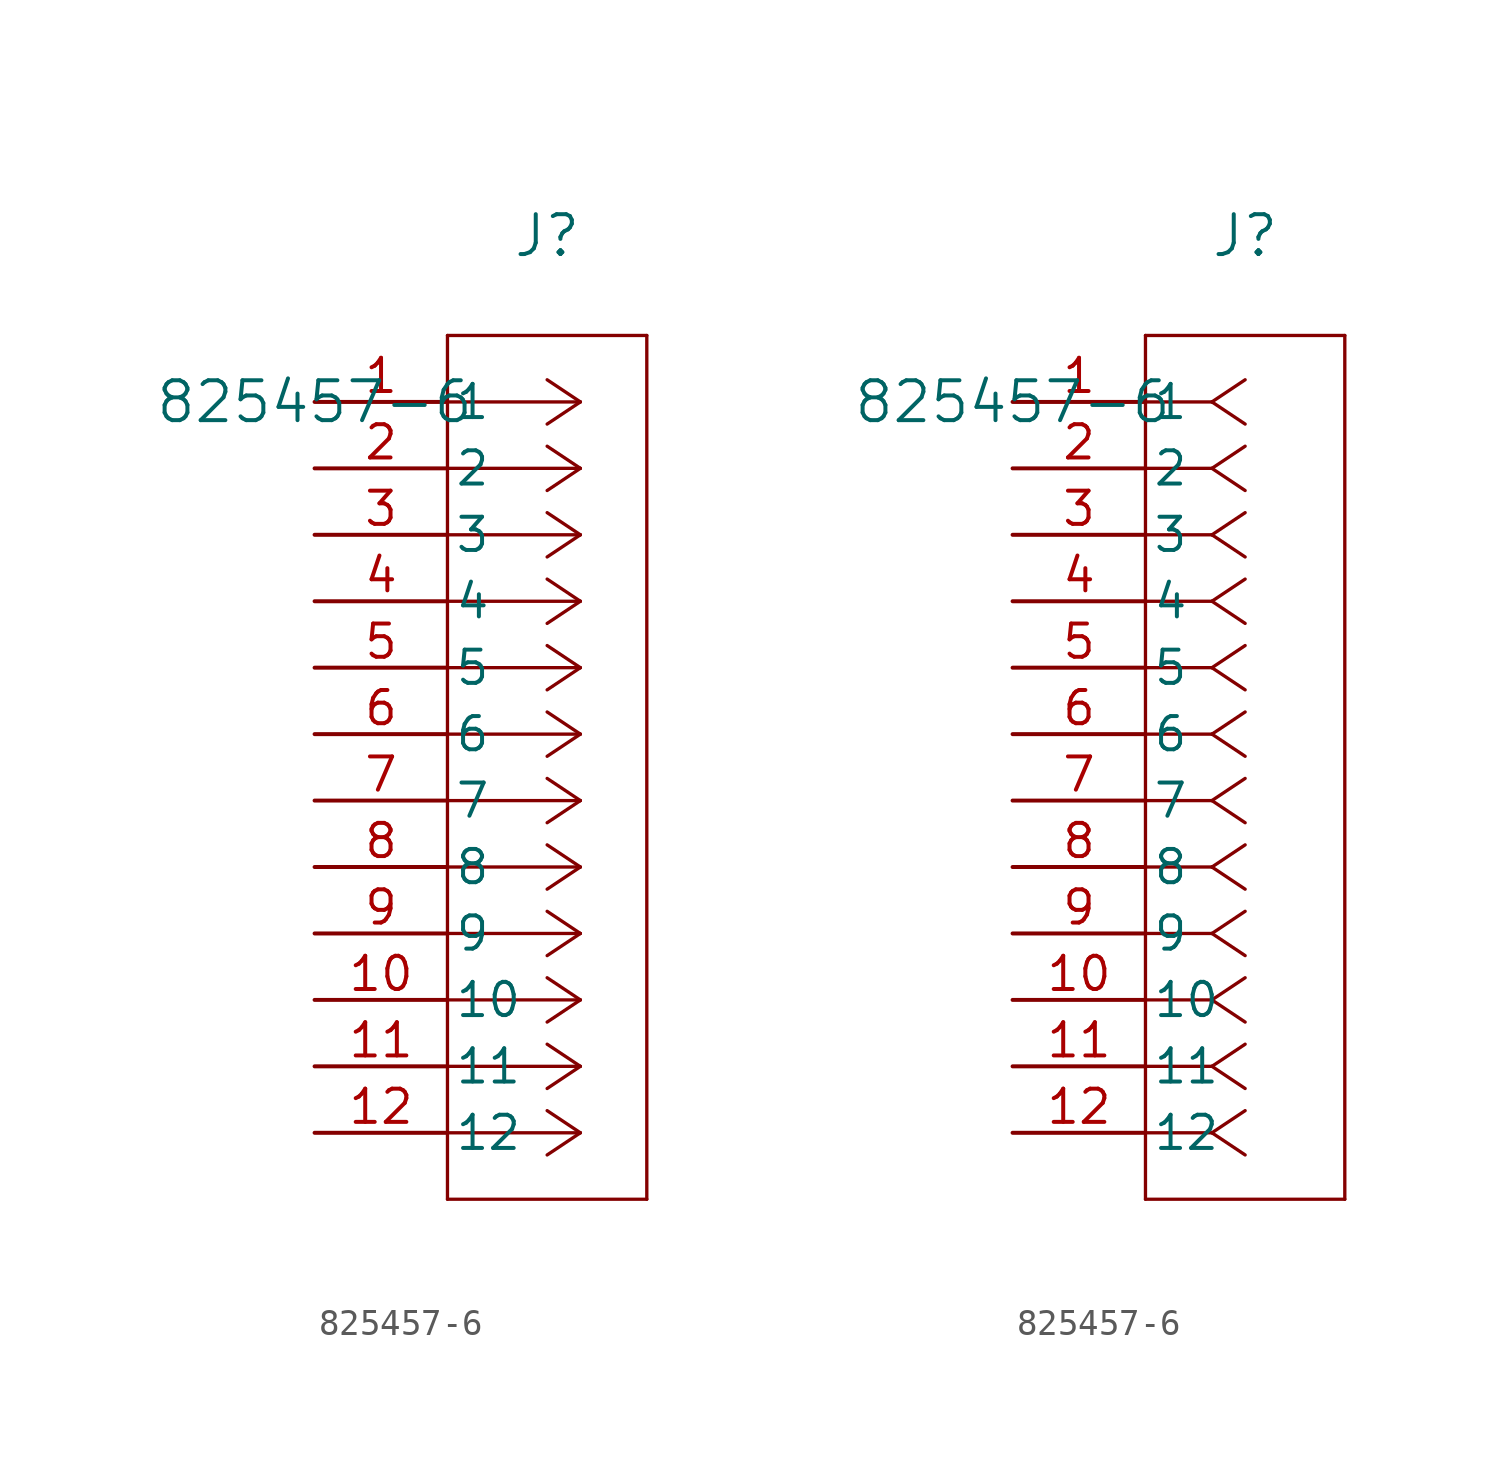
<source format=kicad_sym>
(kicad_symbol_lib
  (version 20211014)
  (generator kicad_symbol_editor)
  (symbol "825457-6"
    (pin_names
      (offset 0.254))
    (property "Reference" "J"
      (at 8.89 6.35 0)
      (effects (font (size 1.524 1.524))))
    (property "Value" "825457-6"
      (at 0 0 0)
      (effects (font (size 1.524 1.524))))
    (symbol "825457-6_1_1"
      (polyline (pts (xy 10.16 0) (xy 5.08 0)) (stroke (width 0.127) (type default) (color 0 0 0 0)) (fill (type none)))
      (polyline (pts (xy 10.16 -2.54) (xy 5.08 -2.54)) (stroke (width 0.127) (type default) (color 0 0 0 0)) (fill (type none)))
      (polyline (pts (xy 10.16 -5.08) (xy 5.08 -5.08)) (stroke (width 0.127) (type default) (color 0 0 0 0)) (fill (type none)))
      (polyline (pts (xy 10.16 -7.62) (xy 5.08 -7.62)) (stroke (width 0.127) (type default) (color 0 0 0 0)) (fill (type none)))
      (polyline (pts (xy 10.16 -10.16) (xy 5.08 -10.16)) (stroke (width 0.127) (type default) (color 0 0 0 0)) (fill (type none)))
      (polyline (pts (xy 10.16 -12.7) (xy 5.08 -12.7)) (stroke (width 0.127) (type default) (color 0 0 0 0)) (fill (type none)))
      (polyline (pts (xy 10.16 -15.24) (xy 5.08 -15.24)) (stroke (width 0.127) (type default) (color 0 0 0 0)) (fill (type none)))
      (polyline (pts (xy 10.16 -17.78) (xy 5.08 -17.78)) (stroke (width 0.127) (type default) (color 0 0 0 0)) (fill (type none)))
      (polyline (pts (xy 10.16 -20.32) (xy 5.08 -20.32)) (stroke (width 0.127) (type default) (color 0 0 0 0)) (fill (type none)))
      (polyline (pts (xy 10.16 -22.86) (xy 5.08 -22.86)) (stroke (width 0.127) (type default) (color 0 0 0 0)) (fill (type none)))
      (polyline (pts (xy 10.16 -25.4) (xy 5.08 -25.4)) (stroke (width 0.127) (type default) (color 0 0 0 0)) (fill (type none)))
      (polyline (pts (xy 10.16 -27.94) (xy 5.08 -27.94)) (stroke (width 0.127) (type default) (color 0 0 0 0)) (fill (type none)))
      (polyline (pts (xy 10.16 0) (xy 8.89 0.847)) (stroke (width 0.127) (type default) (color 0 0 0 0)) (fill (type none)))
      (polyline (pts (xy 10.16 -2.54) (xy 8.89 -1.693)) (stroke (width 0.127) (type default) (color 0 0 0 0)) (fill (type none)))
      (polyline (pts (xy 10.16 -5.08) (xy 8.89 -4.233)) (stroke (width 0.127) (type default) (color 0 0 0 0)) (fill (type none)))
      (polyline (pts (xy 10.16 -7.62) (xy 8.89 -6.773)) (stroke (width 0.127) (type default) (color 0 0 0 0)) (fill (type none)))
      (polyline (pts (xy 10.16 -10.16) (xy 8.89 -9.313)) (stroke (width 0.127) (type default) (color 0 0 0 0)) (fill (type none)))
      (polyline (pts (xy 10.16 -12.7) (xy 8.89 -11.853)) (stroke (width 0.127) (type default) (color 0 0 0 0)) (fill (type none)))
      (polyline (pts (xy 10.16 -15.24) (xy 8.89 -14.393)) (stroke (width 0.127) (type default) (color 0 0 0 0)) (fill (type none)))
      (polyline (pts (xy 10.16 -17.78) (xy 8.89 -16.933)) (stroke (width 0.127) (type default) (color 0 0 0 0)) (fill (type none)))
      (polyline (pts (xy 10.16 -20.32) (xy 8.89 -19.473)) (stroke (width 0.127) (type default) (color 0 0 0 0)) (fill (type none)))
      (polyline (pts (xy 10.16 -22.86) (xy 8.89 -22.013)) (stroke (width 0.127) (type default) (color 0 0 0 0)) (fill (type none)))
      (polyline (pts (xy 10.16 -25.4) (xy 8.89 -24.553)) (stroke (width 0.127) (type default) (color 0 0 0 0)) (fill (type none)))
      (polyline (pts (xy 10.16 -27.94) (xy 8.89 -27.093)) (stroke (width 0.127) (type default) (color 0 0 0 0)) (fill (type none)))
      (polyline (pts (xy 10.16 0) (xy 8.89 -0.847)) (stroke (width 0.127) (type default) (color 0 0 0 0)) (fill (type none)))
      (polyline (pts (xy 10.16 -2.54) (xy 8.89 -3.387)) (stroke (width 0.127) (type default) (color 0 0 0 0)) (fill (type none)))
      (polyline (pts (xy 10.16 -5.08) (xy 8.89 -5.927)) (stroke (width 0.127) (type default) (color 0 0 0 0)) (fill (type none)))
      (polyline (pts (xy 10.16 -7.62) (xy 8.89 -8.467)) (stroke (width 0.127) (type default) (color 0 0 0 0)) (fill (type none)))
      (polyline (pts (xy 10.16 -10.16) (xy 8.89 -11.007)) (stroke (width 0.127) (type default) (color 0 0 0 0)) (fill (type none)))
      (polyline (pts (xy 10.16 -12.7) (xy 8.89 -13.547)) (stroke (width 0.127) (type default) (color 0 0 0 0)) (fill (type none)))
      (polyline (pts (xy 10.16 -15.24) (xy 8.89 -16.087)) (stroke (width 0.127) (type default) (color 0 0 0 0)) (fill (type none)))
      (polyline (pts (xy 10.16 -17.78) (xy 8.89 -18.627)) (stroke (width 0.127) (type default) (color 0 0 0 0)) (fill (type none)))
      (polyline (pts (xy 10.16 -20.32) (xy 8.89 -21.167)) (stroke (width 0.127) (type default) (color 0 0 0 0)) (fill (type none)))
      (polyline (pts (xy 10.16 -22.86) (xy 8.89 -23.707)) (stroke (width 0.127) (type default) (color 0 0 0 0)) (fill (type none)))
      (polyline (pts (xy 10.16 -25.4) (xy 8.89 -26.247)) (stroke (width 0.127) (type default) (color 0 0 0 0)) (fill (type none)))
      (polyline (pts (xy 10.16 -27.94) (xy 8.89 -28.787)) (stroke (width 0.127) (type default) (color 0 0 0 0)) (fill (type none)))
      (polyline (pts (xy 5.08 2.54) (xy 5.08 -30.48)) (stroke (width 0.127) (type default) (color 0 0 0 0)) (fill (type none)))
      (polyline (pts (xy 5.08 -30.48) (xy 12.7 -30.48)) (stroke (width 0.127) (type default) (color 0 0 0 0)) (fill (type none)))
      (polyline (pts (xy 12.7 -30.48) (xy 12.7 2.54)) (stroke (width 0.127) (type default) (color 0 0 0 0)) (fill (type none)))
      (polyline (pts (xy 12.7 2.54) (xy 5.08 2.54)) (stroke (width 0.127) (type default) (color 0 0 0 0)) (fill (type none)))
      (pin unspecified line (at 0 0 0) (length 5.08) (name "1" (effects (font (size 1.27 1.27)))) (number "1" (effects (font (size 1.27 1.27)))))
      (pin unspecified line (at 0 -2.54 0) (length 5.08) (name "2" (effects (font (size 1.27 1.27)))) (number "2" (effects (font (size 1.27 1.27)))))
      (pin unspecified line (at 0 -5.08 0) (length 5.08) (name "3" (effects (font (size 1.27 1.27)))) (number "3" (effects (font (size 1.27 1.27)))))
      (pin unspecified line (at 0 -7.62 0) (length 5.08) (name "4" (effects (font (size 1.27 1.27)))) (number "4" (effects (font (size 1.27 1.27)))))
      (pin unspecified line (at 0 -10.16 0) (length 5.08) (name "5" (effects (font (size 1.27 1.27)))) (number "5" (effects (font (size 1.27 1.27)))))
      (pin unspecified line (at 0 -12.7 0) (length 5.08) (name "6" (effects (font (size 1.27 1.27)))) (number "6" (effects (font (size 1.27 1.27)))))
      (pin unspecified line (at 0 -15.24 0) (length 5.08) (name "7" (effects (font (size 1.27 1.27)))) (number "7" (effects (font (size 1.27 1.27)))))
      (pin unspecified line (at 0 -17.78 0) (length 5.08) (name "8" (effects (font (size 1.27 1.27)))) (number "8" (effects (font (size 1.27 1.27)))))
      (pin unspecified line (at 0 -20.32 0) (length 5.08) (name "9" (effects (font (size 1.27 1.27)))) (number "9" (effects (font (size 1.27 1.27)))))
      (pin unspecified line (at 0 -22.86 0) (length 5.08) (name "10" (effects (font (size 1.27 1.27)))) (number "10" (effects (font (size 1.27 1.27)))))
      (pin unspecified line (at 0 -25.4 0) (length 5.08) (name "11" (effects (font (size 1.27 1.27)))) (number "11" (effects (font (size 1.27 1.27)))))
      (pin unspecified line (at 0 -27.94 0) (length 5.08) (name "12" (effects (font (size 1.27 1.27)))) (number "12" (effects (font (size 1.27 1.27))))))
    (symbol "825457-6_1_2"
      (polyline (pts (xy 7.62 0) (xy 5.08 0)) (stroke (width 0.127) (type default) (color 0 0 0 0)) (fill (type none)))
      (polyline (pts (xy 7.62 -2.54) (xy 5.08 -2.54)) (stroke (width 0.127) (type default) (color 0 0 0 0)) (fill (type none)))
      (polyline (pts (xy 7.62 -5.08) (xy 5.08 -5.08)) (stroke (width 0.127) (type default) (color 0 0 0 0)) (fill (type none)))
      (polyline (pts (xy 7.62 -7.62) (xy 5.08 -7.62)) (stroke (width 0.127) (type default) (color 0 0 0 0)) (fill (type none)))
      (polyline (pts (xy 7.62 -10.16) (xy 5.08 -10.16)) (stroke (width 0.127) (type default) (color 0 0 0 0)) (fill (type none)))
      (polyline (pts (xy 7.62 -12.7) (xy 5.08 -12.7)) (stroke (width 0.127) (type default) (color 0 0 0 0)) (fill (type none)))
      (polyline (pts (xy 7.62 -15.24) (xy 5.08 -15.24)) (stroke (width 0.127) (type default) (color 0 0 0 0)) (fill (type none)))
      (polyline (pts (xy 7.62 -17.78) (xy 5.08 -17.78)) (stroke (width 0.127) (type default) (color 0 0 0 0)) (fill (type none)))
      (polyline (pts (xy 7.62 -20.32) (xy 5.08 -20.32)) (stroke (width 0.127) (type default) (color 0 0 0 0)) (fill (type none)))
      (polyline (pts (xy 7.62 -22.86) (xy 5.08 -22.86)) (stroke (width 0.127) (type default) (color 0 0 0 0)) (fill (type none)))
      (polyline (pts (xy 7.62 -25.4) (xy 5.08 -25.4)) (stroke (width 0.127) (type default) (color 0 0 0 0)) (fill (type none)))
      (polyline (pts (xy 7.62 -27.94) (xy 5.08 -27.94)) (stroke (width 0.127) (type default) (color 0 0 0 0)) (fill (type none)))
      (polyline (pts (xy 7.62 0) (xy 8.89 0.847)) (stroke (width 0.127) (type default) (color 0 0 0 0)) (fill (type none)))
      (polyline (pts (xy 7.62 -2.54) (xy 8.89 -1.693)) (stroke (width 0.127) (type default) (color 0 0 0 0)) (fill (type none)))
      (polyline (pts (xy 7.62 -5.08) (xy 8.89 -4.233)) (stroke (width 0.127) (type default) (color 0 0 0 0)) (fill (type none)))
      (polyline (pts (xy 7.62 -7.62) (xy 8.89 -6.773)) (stroke (width 0.127) (type default) (color 0 0 0 0)) (fill (type none)))
      (polyline (pts (xy 7.62 -10.16) (xy 8.89 -9.313)) (stroke (width 0.127) (type default) (color 0 0 0 0)) (fill (type none)))
      (polyline (pts (xy 7.62 -12.7) (xy 8.89 -11.853)) (stroke (width 0.127) (type default) (color 0 0 0 0)) (fill (type none)))
      (polyline (pts (xy 7.62 -15.24) (xy 8.89 -14.393)) (stroke (width 0.127) (type default) (color 0 0 0 0)) (fill (type none)))
      (polyline (pts (xy 7.62 -17.78) (xy 8.89 -16.933)) (stroke (width 0.127) (type default) (color 0 0 0 0)) (fill (type none)))
      (polyline (pts (xy 7.62 -20.32) (xy 8.89 -19.473)) (stroke (width 0.127) (type default) (color 0 0 0 0)) (fill (type none)))
      (polyline (pts (xy 7.62 -22.86) (xy 8.89 -22.013)) (stroke (width 0.127) (type default) (color 0 0 0 0)) (fill (type none)))
      (polyline (pts (xy 7.62 -25.4) (xy 8.89 -24.553)) (stroke (width 0.127) (type default) (color 0 0 0 0)) (fill (type none)))
      (polyline (pts (xy 7.62 -27.94) (xy 8.89 -27.093)) (stroke (width 0.127) (type default) (color 0 0 0 0)) (fill (type none)))
      (polyline (pts (xy 7.62 0) (xy 8.89 -0.847)) (stroke (width 0.127) (type default) (color 0 0 0 0)) (fill (type none)))
      (polyline (pts (xy 7.62 -2.54) (xy 8.89 -3.387)) (stroke (width 0.127) (type default) (color 0 0 0 0)) (fill (type none)))
      (polyline (pts (xy 7.62 -5.08) (xy 8.89 -5.927)) (stroke (width 0.127) (type default) (color 0 0 0 0)) (fill (type none)))
      (polyline (pts (xy 7.62 -7.62) (xy 8.89 -8.467)) (stroke (width 0.127) (type default) (color 0 0 0 0)) (fill (type none)))
      (polyline (pts (xy 7.62 -10.16) (xy 8.89 -11.007)) (stroke (width 0.127) (type default) (color 0 0 0 0)) (fill (type none)))
      (polyline (pts (xy 7.62 -12.7) (xy 8.89 -13.547)) (stroke (width 0.127) (type default) (color 0 0 0 0)) (fill (type none)))
      (polyline (pts (xy 7.62 -15.24) (xy 8.89 -16.087)) (stroke (width 0.127) (type default) (color 0 0 0 0)) (fill (type none)))
      (polyline (pts (xy 7.62 -17.78) (xy 8.89 -18.627)) (stroke (width 0.127) (type default) (color 0 0 0 0)) (fill (type none)))
      (polyline (pts (xy 7.62 -20.32) (xy 8.89 -21.167)) (stroke (width 0.127) (type default) (color 0 0 0 0)) (fill (type none)))
      (polyline (pts (xy 7.62 -22.86) (xy 8.89 -23.707)) (stroke (width 0.127) (type default) (color 0 0 0 0)) (fill (type none)))
      (polyline (pts (xy 7.62 -25.4) (xy 8.89 -26.247)) (stroke (width 0.127) (type default) (color 0 0 0 0)) (fill (type none)))
      (polyline (pts (xy 7.62 -27.94) (xy 8.89 -28.787)) (stroke (width 0.127) (type default) (color 0 0 0 0)) (fill (type none)))
      (polyline (pts (xy 5.08 2.54) (xy 5.08 -30.48)) (stroke (width 0.127) (type default) (color 0 0 0 0)) (fill (type none)))
      (polyline (pts (xy 5.08 -30.48) (xy 12.7 -30.48)) (stroke (width 0.127) (type default) (color 0 0 0 0)) (fill (type none)))
      (polyline (pts (xy 12.7 -30.48) (xy 12.7 2.54)) (stroke (width 0.127) (type default) (color 0 0 0 0)) (fill (type none)))
      (polyline (pts (xy 12.7 2.54) (xy 5.08 2.54)) (stroke (width 0.127) (type default) (color 0 0 0 0)) (fill (type none)))
      (pin unspecified line (at 0 0 0) (length 5.08) (name "1" (effects (font (size 1.27 1.27)))) (number "1" (effects (font (size 1.27 1.27)))))
      (pin unspecified line (at 0 -2.54 0) (length 5.08) (name "2" (effects (font (size 1.27 1.27)))) (number "2" (effects (font (size 1.27 1.27)))))
      (pin unspecified line (at 0 -5.08 0) (length 5.08) (name "3" (effects (font (size 1.27 1.27)))) (number "3" (effects (font (size 1.27 1.27)))))
      (pin unspecified line (at 0 -7.62 0) (length 5.08) (name "4" (effects (font (size 1.27 1.27)))) (number "4" (effects (font (size 1.27 1.27)))))
      (pin unspecified line (at 0 -10.16 0) (length 5.08) (name "5" (effects (font (size 1.27 1.27)))) (number "5" (effects (font (size 1.27 1.27)))))
      (pin unspecified line (at 0 -12.7 0) (length 5.08) (name "6" (effects (font (size 1.27 1.27)))) (number "6" (effects (font (size 1.27 1.27)))))
      (pin unspecified line (at 0 -15.24 0) (length 5.08) (name "7" (effects (font (size 1.27 1.27)))) (number "7" (effects (font (size 1.27 1.27)))))
      (pin unspecified line (at 0 -17.78 0) (length 5.08) (name "8" (effects (font (size 1.27 1.27)))) (number "8" (effects (font (size 1.27 1.27)))))
      (pin unspecified line (at 0 -20.32 0) (length 5.08) (name "9" (effects (font (size 1.27 1.27)))) (number "9" (effects (font (size 1.27 1.27)))))
      (pin unspecified line (at 0 -22.86 0) (length 5.08) (name "10" (effects (font (size 1.27 1.27)))) (number "10" (effects (font (size 1.27 1.27)))))
      (pin unspecified line (at 0 -25.4 0) (length 5.08) (name "11" (effects (font (size 1.27 1.27)))) (number "11" (effects (font (size 1.27 1.27)))))
      (pin unspecified line (at 0 -27.94 0) (length 5.08) (name "12" (effects (font (size 1.27 1.27)))) (number "12" (effects (font (size 1.27 1.27))))))))
</source>
